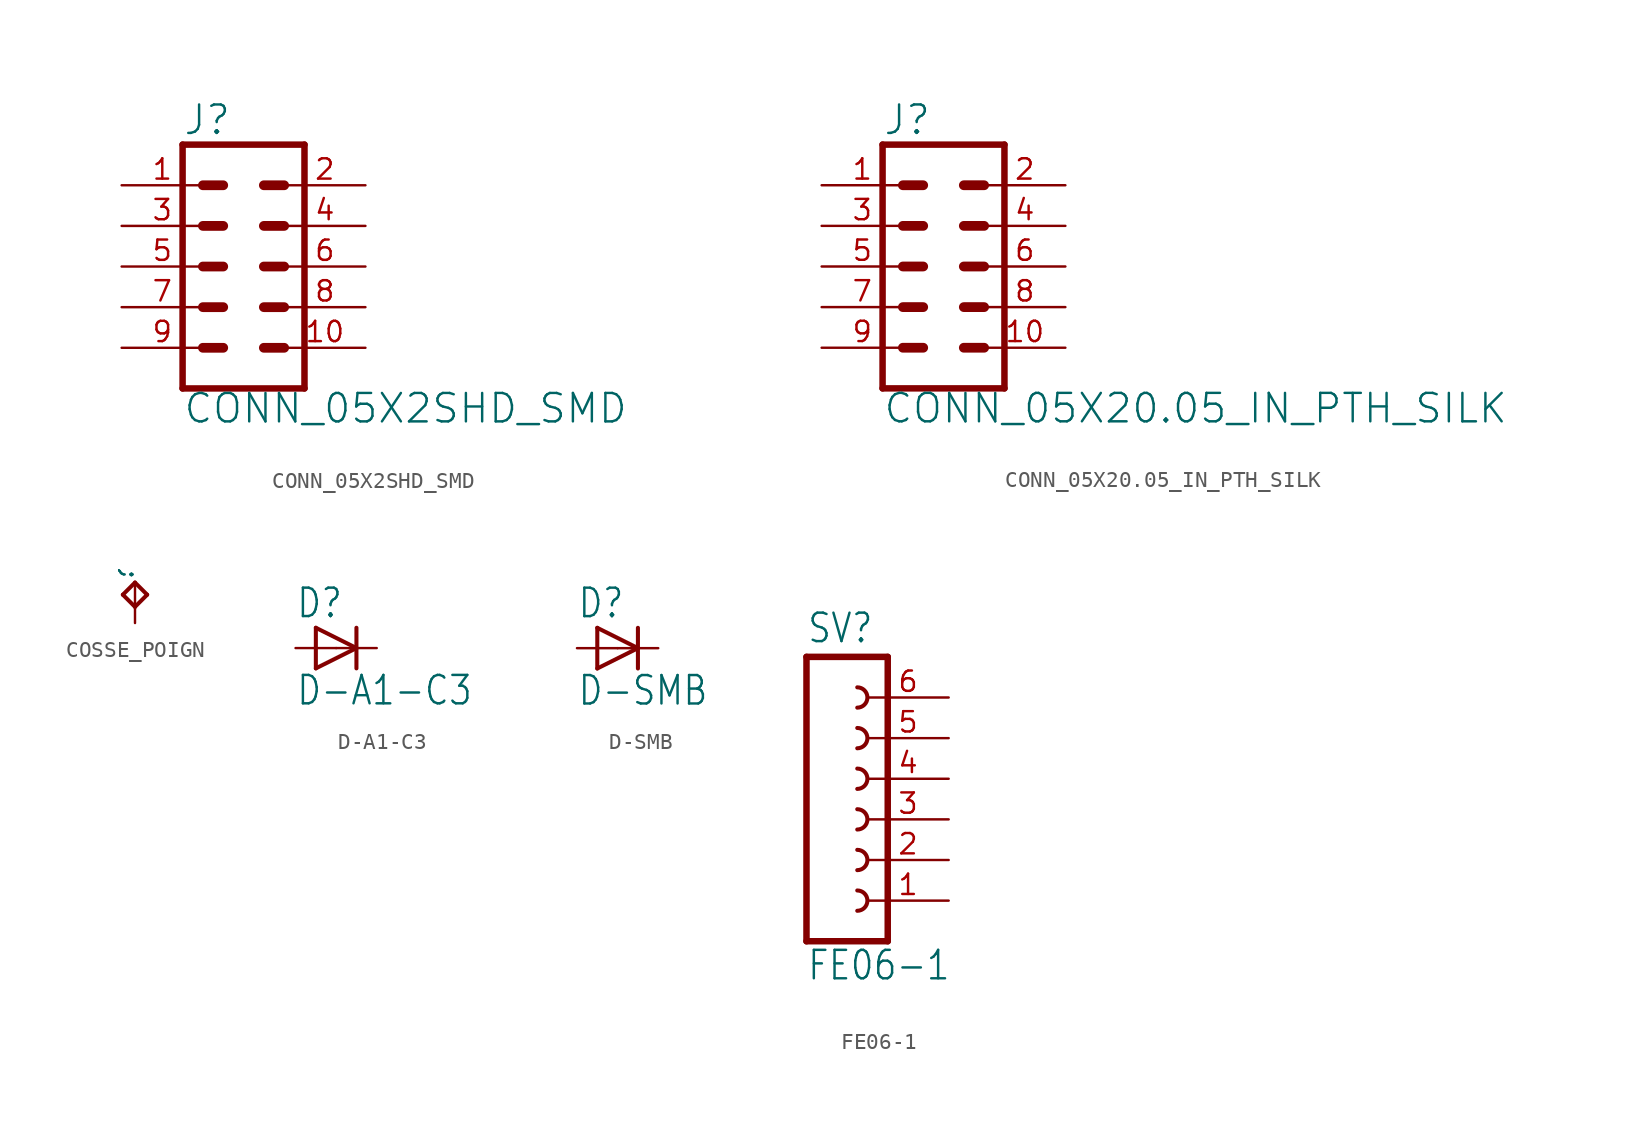
<source format=kicad_sym>
(kicad_symbol_lib
  (version 20211014)
  (generator kicad_symbol_editor)
  (symbol "CONN_05X2SHD_SMD"
    (property "Reference" "J"
      (at -3.81 8.128 0)
      (effects (font (size 1.778 1.778)) (justify left bottom)))
    (property "Value" "CONN_05X2SHD_SMD"
      (at -3.81 -9.906 0)
      (effects (font (size 1.778 1.778)) (justify left bottom)))
    (property "ki_locked" ""
      (at 0 0 0)
      (effects (font (size 1.27 1.27))))
    (symbol "CONN_05X2SHD_SMD_1_0"
      (polyline (pts (xy -3.81 7.62) (xy -3.81 -7.62)) (stroke (width 0.406) (type default) (color 0 0 0 0)) (fill (type none)))
      (polyline (pts (xy -3.81 7.62) (xy 3.81 7.62)) (stroke (width 0.406) (type default) (color 0 0 0 0)) (fill (type none)))
      (polyline (pts (xy -1.27 -5.08) (xy -2.54 -5.08)) (stroke (width 0.61) (type default) (color 0 0 0 0)) (fill (type none)))
      (polyline (pts (xy -1.27 -2.54) (xy -2.54 -2.54)) (stroke (width 0.61) (type default) (color 0 0 0 0)) (fill (type none)))
      (polyline (pts (xy -1.27 0) (xy -2.54 0)) (stroke (width 0.61) (type default) (color 0 0 0 0)) (fill (type none)))
      (polyline (pts (xy -1.27 2.54) (xy -2.54 2.54)) (stroke (width 0.61) (type default) (color 0 0 0 0)) (fill (type none)))
      (polyline (pts (xy -1.27 5.08) (xy -2.54 5.08)) (stroke (width 0.61) (type default) (color 0 0 0 0)) (fill (type none)))
      (polyline (pts (xy 1.27 -5.08) (xy 2.54 -5.08)) (stroke (width 0.61) (type default) (color 0 0 0 0)) (fill (type none)))
      (polyline (pts (xy 1.27 -2.54) (xy 2.54 -2.54)) (stroke (width 0.61) (type default) (color 0 0 0 0)) (fill (type none)))
      (polyline (pts (xy 1.27 0) (xy 2.54 0)) (stroke (width 0.61) (type default) (color 0 0 0 0)) (fill (type none)))
      (polyline (pts (xy 1.27 2.54) (xy 2.54 2.54)) (stroke (width 0.61) (type default) (color 0 0 0 0)) (fill (type none)))
      (polyline (pts (xy 1.27 5.08) (xy 2.54 5.08)) (stroke (width 0.61) (type default) (color 0 0 0 0)) (fill (type none)))
      (polyline (pts (xy 3.81 -7.62) (xy -3.81 -7.62)) (stroke (width 0.406) (type default) (color 0 0 0 0)) (fill (type none)))
      (polyline (pts (xy 3.81 -7.62) (xy 3.81 7.62)) (stroke (width 0.406) (type default) (color 0 0 0 0)) (fill (type none)))
      (pin passive line (at -7.62 5.08 0) (length 5.08) (name "1" (effects (font (size 0 0)))) (number "1" (effects (font (size 1.27 1.27)))))
      (pin passive line (at 7.62 -5.08 180) (length 5.08) (name "10" (effects (font (size 0 0)))) (number "10" (effects (font (size 1.27 1.27)))))
      (pin passive line (at 7.62 5.08 180) (length 5.08) (name "2" (effects (font (size 0 0)))) (number "2" (effects (font (size 1.27 1.27)))))
      (pin passive line (at -7.62 2.54 0) (length 5.08) (name "3" (effects (font (size 0 0)))) (number "3" (effects (font (size 1.27 1.27)))))
      (pin passive line (at 7.62 2.54 180) (length 5.08) (name "4" (effects (font (size 0 0)))) (number "4" (effects (font (size 1.27 1.27)))))
      (pin passive line (at -7.62 0 0) (length 5.08) (name "5" (effects (font (size 0 0)))) (number "5" (effects (font (size 1.27 1.27)))))
      (pin passive line (at 7.62 0 180) (length 5.08) (name "6" (effects (font (size 0 0)))) (number "6" (effects (font (size 1.27 1.27)))))
      (pin passive line (at -7.62 -2.54 0) (length 5.08) (name "7" (effects (font (size 0 0)))) (number "7" (effects (font (size 1.27 1.27)))))
      (pin passive line (at 7.62 -2.54 180) (length 5.08) (name "8" (effects (font (size 0 0)))) (number "8" (effects (font (size 1.27 1.27)))))
      (pin passive line (at -7.62 -5.08 0) (length 5.08) (name "9" (effects (font (size 0 0)))) (number "9" (effects (font (size 1.27 1.27)))))))
  (symbol "CONN_05X20.05_IN_PTH_SILK"
    (property "Reference" "J"
      (at -3.81 8.128 0)
      (effects (font (size 1.778 1.778)) (justify left bottom)))
    (property "Value" "CONN_05X20.05_IN_PTH_SILK"
      (at -3.81 -9.906 0)
      (effects (font (size 1.778 1.778)) (justify left bottom)))
    (property "ki_locked" ""
      (at 0 0 0)
      (effects (font (size 1.27 1.27))))
    (symbol "CONN_05X20.05_IN_PTH_SILK_1_0"
      (polyline (pts (xy -3.81 7.62) (xy -3.81 -7.62)) (stroke (width 0.406) (type default) (color 0 0 0 0)) (fill (type none)))
      (polyline (pts (xy -3.81 7.62) (xy 3.81 7.62)) (stroke (width 0.406) (type default) (color 0 0 0 0)) (fill (type none)))
      (polyline (pts (xy -1.27 -5.08) (xy -2.54 -5.08)) (stroke (width 0.61) (type default) (color 0 0 0 0)) (fill (type none)))
      (polyline (pts (xy -1.27 -2.54) (xy -2.54 -2.54)) (stroke (width 0.61) (type default) (color 0 0 0 0)) (fill (type none)))
      (polyline (pts (xy -1.27 0) (xy -2.54 0)) (stroke (width 0.61) (type default) (color 0 0 0 0)) (fill (type none)))
      (polyline (pts (xy -1.27 2.54) (xy -2.54 2.54)) (stroke (width 0.61) (type default) (color 0 0 0 0)) (fill (type none)))
      (polyline (pts (xy -1.27 5.08) (xy -2.54 5.08)) (stroke (width 0.61) (type default) (color 0 0 0 0)) (fill (type none)))
      (polyline (pts (xy 1.27 -5.08) (xy 2.54 -5.08)) (stroke (width 0.61) (type default) (color 0 0 0 0)) (fill (type none)))
      (polyline (pts (xy 1.27 -2.54) (xy 2.54 -2.54)) (stroke (width 0.61) (type default) (color 0 0 0 0)) (fill (type none)))
      (polyline (pts (xy 1.27 0) (xy 2.54 0)) (stroke (width 0.61) (type default) (color 0 0 0 0)) (fill (type none)))
      (polyline (pts (xy 1.27 2.54) (xy 2.54 2.54)) (stroke (width 0.61) (type default) (color 0 0 0 0)) (fill (type none)))
      (polyline (pts (xy 1.27 5.08) (xy 2.54 5.08)) (stroke (width 0.61) (type default) (color 0 0 0 0)) (fill (type none)))
      (polyline (pts (xy 3.81 -7.62) (xy -3.81 -7.62)) (stroke (width 0.406) (type default) (color 0 0 0 0)) (fill (type none)))
      (polyline (pts (xy 3.81 -7.62) (xy 3.81 7.62)) (stroke (width 0.406) (type default) (color 0 0 0 0)) (fill (type none)))
      (pin passive line (at -7.62 5.08 0) (length 5.08) (name "1" (effects (font (size 0 0)))) (number "1" (effects (font (size 1.27 1.27)))))
      (pin passive line (at 7.62 -5.08 180) (length 5.08) (name "10" (effects (font (size 0 0)))) (number "10" (effects (font (size 1.27 1.27)))))
      (pin passive line (at 7.62 5.08 180) (length 5.08) (name "2" (effects (font (size 0 0)))) (number "2" (effects (font (size 1.27 1.27)))))
      (pin passive line (at -7.62 2.54 0) (length 5.08) (name "3" (effects (font (size 0 0)))) (number "3" (effects (font (size 1.27 1.27)))))
      (pin passive line (at 7.62 2.54 180) (length 5.08) (name "4" (effects (font (size 0 0)))) (number "4" (effects (font (size 1.27 1.27)))))
      (pin passive line (at -7.62 0 0) (length 5.08) (name "5" (effects (font (size 0 0)))) (number "5" (effects (font (size 1.27 1.27)))))
      (pin passive line (at 7.62 0 180) (length 5.08) (name "6" (effects (font (size 0 0)))) (number "6" (effects (font (size 1.27 1.27)))))
      (pin passive line (at -7.62 -2.54 0) (length 5.08) (name "7" (effects (font (size 0 0)))) (number "7" (effects (font (size 1.27 1.27)))))
      (pin passive line (at 7.62 -2.54 180) (length 5.08) (name "8" (effects (font (size 0 0)))) (number "8" (effects (font (size 1.27 1.27)))))
      (pin passive line (at -7.62 -5.08 0) (length 5.08) (name "9" (effects (font (size 0 0)))) (number "9" (effects (font (size 1.27 1.27)))))))
  (symbol "COSSE_POIGN"
    (property "Reference" ""
      (at 0 0 90)
      (effects (font (size 1.27 1.079)) (justify left bottom)))
    (property "ki_locked" ""
      (at 0 0 0)
      (effects (font (size 1.27 1.27))))
    (symbol "COSSE_POIGN_1_0"
      (polyline (pts (xy -0.762 -0.762) (xy 0 0)) (stroke (width 0.254) (type default) (color 0 0 0 0)) (fill (type none)))
      (polyline (pts (xy 0 -1.524) (xy -0.762 -0.762)) (stroke (width 0.254) (type default) (color 0 0 0 0)) (fill (type none)))
      (polyline (pts (xy 0 0) (xy 0.762 -0.762)) (stroke (width 0.254) (type default) (color 0 0 0 0)) (fill (type none)))
      (polyline (pts (xy 0.762 -0.762) (xy 0 -1.524)) (stroke (width 0.254) (type default) (color 0 0 0 0)) (fill (type none)))
      (pin bidirectional line (at 0 -2.54 90) (length 2.54) (name "P$1" (effects (font (size 0 0)))) (number "P$1" (effects (font (size 0 0)))))))
  (symbol "D-A1-C3"
    (property "Reference" "D"
      (at -2.54 1.778 0)
      (effects (font (size 1.778 1.511)) (justify left bottom)))
    (property "Value" "D-A1-C3"
      (at -2.54 -3.683 0)
      (effects (font (size 1.778 1.511)) (justify left bottom)))
    (property "ki_locked" ""
      (at 0 0 0)
      (effects (font (size 1.27 1.27))))
    (symbol "D-A1-C3_1_0"
      (polyline (pts (xy -1.27 -1.27) (xy 1.27 0)) (stroke (width 0.254) (type default) (color 0 0 0 0)) (fill (type none)))
      (polyline (pts (xy -1.27 1.27) (xy -1.27 -1.27)) (stroke (width 0.254) (type default) (color 0 0 0 0)) (fill (type none)))
      (polyline (pts (xy 1.27 0) (xy -1.27 1.27)) (stroke (width 0.254) (type default) (color 0 0 0 0)) (fill (type none)))
      (polyline (pts (xy 1.27 0) (xy 1.27 -1.27)) (stroke (width 0.254) (type default) (color 0 0 0 0)) (fill (type none)))
      (polyline (pts (xy 1.27 1.27) (xy 1.27 0)) (stroke (width 0.254) (type default) (color 0 0 0 0)) (fill (type none)))
      (pin passive line (at -2.54 0 0) (length 2.54) (name "A" (effects (font (size 0 0)))) (number "1" (effects (font (size 0 0)))))
      (pin passive line (at 2.54 0 180) (length 2.54) (name "C" (effects (font (size 0 0)))) (number "3" (effects (font (size 0 0)))))))
  (symbol "D-SMB"
    (property "Reference" "D"
      (at -2.54 1.778 0)
      (effects (font (size 1.778 1.511)) (justify left bottom)))
    (property "Value" "D-SMB"
      (at -2.54 -3.683 0)
      (effects (font (size 1.778 1.511)) (justify left bottom)))
    (property "ki_locked" ""
      (at 0 0 0)
      (effects (font (size 1.27 1.27))))
    (symbol "D-SMB_1_0"
      (polyline (pts (xy -1.27 -1.27) (xy 1.27 0)) (stroke (width 0.254) (type default) (color 0 0 0 0)) (fill (type none)))
      (polyline (pts (xy -1.27 1.27) (xy -1.27 -1.27)) (stroke (width 0.254) (type default) (color 0 0 0 0)) (fill (type none)))
      (polyline (pts (xy 1.27 0) (xy -1.27 1.27)) (stroke (width 0.254) (type default) (color 0 0 0 0)) (fill (type none)))
      (polyline (pts (xy 1.27 0) (xy 1.27 -1.27)) (stroke (width 0.254) (type default) (color 0 0 0 0)) (fill (type none)))
      (polyline (pts (xy 1.27 1.27) (xy 1.27 0)) (stroke (width 0.254) (type default) (color 0 0 0 0)) (fill (type none)))
      (pin passive line (at 2.54 0 180) (length 2.54) (name "C" (effects (font (size 0 0)))) (number "1" (effects (font (size 0 0)))))
      (pin passive line (at -2.54 0 0) (length 2.54) (name "A" (effects (font (size 0 0)))) (number "2" (effects (font (size 0 0)))))))
  (symbol "FE06-1"
    (property "Reference" "SV"
      (at -1.27 10.922 0)
      (effects (font (size 1.778 1.511)) (justify left bottom)))
    (property "Value" "FE06-1"
      (at -1.27 -10.16 0)
      (effects (font (size 1.778 1.511)) (justify left bottom)))
    (property "ki_locked" ""
      (at 0 0 0)
      (effects (font (size 1.27 1.27))))
    (symbol "FE06-1_1_0"
      (polyline (pts (xy -1.27 10.16) (xy -1.27 -7.62)) (stroke (width 0.406) (type default) (color 0 0 0 0)) (fill (type none)))
      (polyline (pts (xy -1.27 10.16) (xy 3.81 10.16)) (stroke (width 0.406) (type default) (color 0 0 0 0)) (fill (type none)))
      (polyline (pts (xy 3.81 -7.62) (xy -1.27 -7.62)) (stroke (width 0.406) (type default) (color 0 0 0 0)) (fill (type none)))
      (polyline (pts (xy 3.81 -7.62) (xy 3.81 10.16)) (stroke (width 0.406) (type default) (color 0 0 0 0)) (fill (type none)))
      (arc (start 1.905 -5.715) (mid 2.54 -5.08) (end 1.905 -4.445) (stroke (width 0.254) (type default) (color 0 0 0 0)) (fill (type none)))
      (arc (start 1.905 -3.175) (mid 2.54 -2.54) (end 1.905 -1.905) (stroke (width 0.254) (type default) (color 0 0 0 0)) (fill (type none)))
      (arc (start 1.905 -0.635) (mid 2.54 0) (end 1.905 0.635) (stroke (width 0.254) (type default) (color 0 0 0 0)) (fill (type none)))
      (arc (start 1.905 1.905) (mid 2.54 2.54) (end 1.905 3.175) (stroke (width 0.254) (type default) (color 0 0 0 0)) (fill (type none)))
      (arc (start 1.905 4.445) (mid 2.54 5.08) (end 1.905 5.715) (stroke (width 0.254) (type default) (color 0 0 0 0)) (fill (type none)))
      (arc (start 1.905 6.985) (mid 2.54 7.62) (end 1.905 8.255) (stroke (width 0.254) (type default) (color 0 0 0 0)) (fill (type none)))
      (pin passive line (at 7.62 -5.08 180) (length 5.08) (name "1" (effects (font (size 0 0)))) (number "1" (effects (font (size 1.27 1.27)))))
      (pin passive line (at 7.62 -2.54 180) (length 5.08) (name "2" (effects (font (size 0 0)))) (number "2" (effects (font (size 1.27 1.27)))))
      (pin passive line (at 7.62 0 180) (length 5.08) (name "3" (effects (font (size 0 0)))) (number "3" (effects (font (size 1.27 1.27)))))
      (pin passive line (at 7.62 2.54 180) (length 5.08) (name "4" (effects (font (size 0 0)))) (number "4" (effects (font (size 1.27 1.27)))))
      (pin passive line (at 7.62 5.08 180) (length 5.08) (name "5" (effects (font (size 0 0)))) (number "5" (effects (font (size 1.27 1.27)))))
      (pin passive line (at 7.62 7.62 180) (length 5.08) (name "6" (effects (font (size 0 0)))) (number "6" (effects (font (size 1.27 1.27))))))))
</source>
